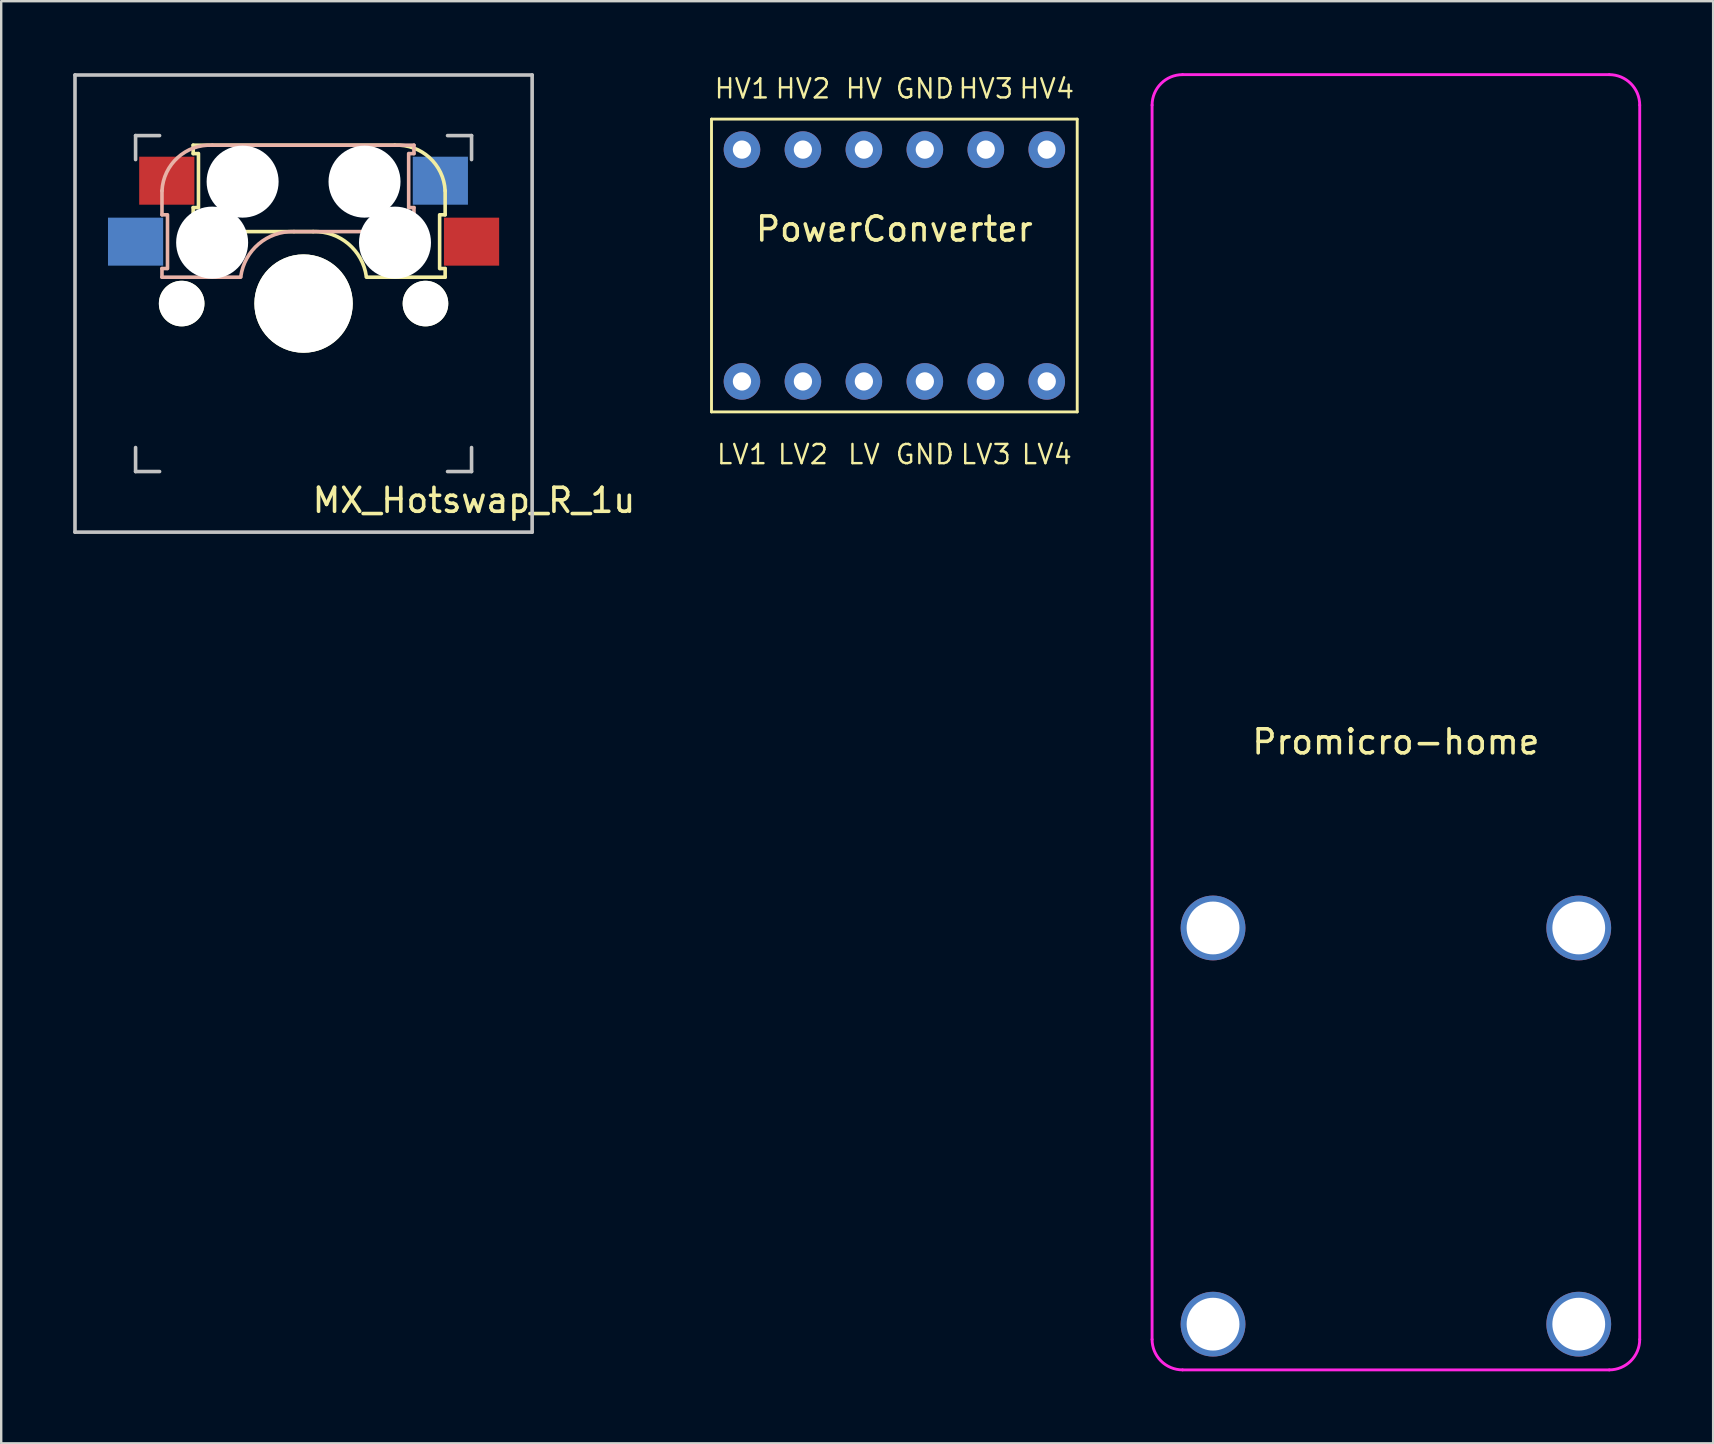
<source format=kicad_pcb>
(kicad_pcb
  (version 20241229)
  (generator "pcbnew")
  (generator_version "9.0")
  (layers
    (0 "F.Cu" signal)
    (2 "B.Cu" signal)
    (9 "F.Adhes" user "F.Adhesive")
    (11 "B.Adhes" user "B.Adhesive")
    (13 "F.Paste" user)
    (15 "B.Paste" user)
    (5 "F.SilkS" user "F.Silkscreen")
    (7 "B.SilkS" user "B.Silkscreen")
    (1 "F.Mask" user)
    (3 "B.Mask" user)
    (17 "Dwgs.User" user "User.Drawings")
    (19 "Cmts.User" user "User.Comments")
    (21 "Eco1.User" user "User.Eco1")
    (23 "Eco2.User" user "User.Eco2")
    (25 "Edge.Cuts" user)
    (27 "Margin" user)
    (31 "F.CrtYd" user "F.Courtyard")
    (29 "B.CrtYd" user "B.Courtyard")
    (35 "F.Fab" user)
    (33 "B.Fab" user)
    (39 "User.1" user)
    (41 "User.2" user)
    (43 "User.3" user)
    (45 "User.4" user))
  (footprint "Promicro-home"
    (layer "F.Cu")
    (at 55.119 27.365)
    (property "Reference" "Promicro-home" (at 0 0.5 0) (layer "F.SilkS") (effects (font (size 1 1) (thickness 0.15))))
    (attr through_hole)
    (fp_line (start -10.16 -26.035) (end -10.16 25.4) (stroke (width 0.12) (type solid)) (layer "F.CrtYd"))
    (fp_line (start -8.89 -27.305) (end 8.89 -27.305) (stroke (width 0.12) (type solid)) (layer "F.CrtYd"))
    (fp_line (start -8.89 26.67) (end 8.89 26.67) (stroke (width 0.12) (type solid)) (layer "F.CrtYd"))
    (fp_line (start 10.16 -26.035) (end 10.16 25.4) (stroke (width 0.12) (type solid)) (layer "F.CrtYd"))
    (fp_arc (start -10.16 -26.035) (mid -9.788026 -26.933026) (end -8.89 -27.305) (stroke (width 0.12) (type solid)) (layer "F.CrtYd"))
    (fp_arc (start -8.89 26.67) (mid -9.788026 26.298026) (end -10.16 25.4) (stroke (width 0.12) (type solid)) (layer "F.CrtYd"))
    (fp_arc (start 8.89 -27.305) (mid 9.788026 -26.933026) (end 10.16 -26.035) (stroke (width 0.12) (type solid)) (layer "F.CrtYd"))
    (fp_arc (start 10.16 25.4) (mid 9.788026 26.298026) (end 8.89 26.67) (stroke (width 0.12) (type solid)) (layer "F.CrtYd"))
    (pad "1" thru_hole circle (at -7.62 8.255) (size 2.7 2.7) (drill 2.2) (layers "*.Cu" "*.Mask"))
    (pad "1" thru_hole circle (at -7.62 24.765) (size 2.7 2.7) (drill 2.2) (layers "*.Cu" "*.Mask"))
    (pad "1" thru_hole circle (at 7.62 8.255) (size 2.7 2.7) (drill 2.2) (layers "*.Cu" "*.Mask"))
    (pad "1" thru_hole circle (at 7.62 24.765) (size 2.7 2.7) (drill 2.2) (layers "*.Cu" "*.Mask")))
  (footprint "MX_Hotswap_R_1u"
    (layer "F.Cu")
    (at 9.6 9.6)
    (property "Reference" "MX_Hotswap_R_1u" (at 7.1 8.2 0) (layer "F.SilkS") (effects (font (size 1 1) (thickness 0.15))))
    (attr through_hole)
    (fp_line (start -4.6 -6.6) (end 3.8 -6.6) (stroke (width 0.15) (type solid)) (layer "F.SilkS"))
    (fp_line (start -4.6 -6.25) (end -4.6 -6.6) (stroke (width 0.15) (type solid)) (layer "F.SilkS"))
    (fp_line (start -4.6 -4) (end -4.4 -4) (stroke (width 0.15) (type solid)) (layer "F.SilkS"))
    (fp_line (start -4.6 -3) (end -4.6 -4) (stroke (width 0.15) (type solid)) (layer "F.SilkS"))
    (fp_line (start -4.4 -6.25) (end -4.6 -6.25) (stroke (width 0.15) (type solid)) (layer "F.SilkS"))
    (fp_line (start -4.38 -4) (end -4.38 -6.25) (stroke (width 0.15) (type solid)) (layer "F.SilkS"))
    (fp_line (start 0.4 -3) (end -4.6 -3) (stroke (width 0.15) (type solid)) (layer "F.SilkS"))
    (fp_line (start 5.67 -3.7) (end 5.67 -1.46) (stroke (width 0.15) (type solid)) (layer "F.SilkS"))
    (fp_line (start 5.7 -1.46) (end 5.9 -1.46) (stroke (width 0.15) (type solid)) (layer "F.SilkS"))
    (fp_line (start 5.9 -4.7) (end 5.9 -3.7) (stroke (width 0.15) (type solid)) (layer "F.SilkS"))
    (fp_line (start 5.9 -3.7) (end 5.7 -3.7) (stroke (width 0.15) (type solid)) (layer "F.SilkS"))
    (fp_line (start 5.9 -1.1) (end 2.62 -1.1) (stroke (width 0.15) (type solid)) (layer "F.SilkS"))
    (fp_line (start 5.9 -1.1) (end 5.9 -1.46) (stroke (width 0.15) (type solid)) (layer "F.SilkS"))
    (fp_arc (start 0.4 -3) (mid 1.868709 -2.486118) (end 2.616318 -1.121471) (stroke (width 0.15) (type solid)) (layer "F.SilkS"))
    (fp_arc (start 3.8 -6.600001) (mid 5.243504 -6.084925) (end 5.900001 -4.7) (stroke (width 0.15) (type solid)) (layer "F.SilkS"))
    (fp_line (start -5.9 -4.7) (end -5.9 -3.7) (stroke (width 0.15) (type solid)) (layer "B.SilkS"))
    (fp_line (start -5.9 -3.7) (end -5.7 -3.7) (stroke (width 0.15) (type solid)) (layer "B.SilkS"))
    (fp_line (start -5.9 -1.1) (end -5.9 -1.46) (stroke (width 0.15) (type solid)) (layer "B.SilkS"))
    (fp_line (start -5.9 -1.1) (end -2.62 -1.1) (stroke (width 0.15) (type solid)) (layer "B.SilkS"))
    (fp_line (start -5.7 -1.46) (end -5.9 -1.46) (stroke (width 0.15) (type solid)) (layer "B.SilkS"))
    (fp_line (start -5.67 -3.7) (end -5.67 -1.46) (stroke (width 0.15) (type solid)) (layer "B.SilkS"))
    (fp_line (start -0.4 -3) (end 4.6 -3) (stroke (width 0.15) (type solid)) (layer "B.SilkS"))
    (fp_line (start 4.38 -4) (end 4.38 -6.25) (stroke (width 0.15) (type solid)) (layer "B.SilkS"))
    (fp_line (start 4.4 -6.25) (end 4.6 -6.25) (stroke (width 0.15) (type solid)) (layer "B.SilkS"))
    (fp_line (start 4.6 -6.6) (end -3.8 -6.6) (stroke (width 0.15) (type solid)) (layer "B.SilkS"))
    (fp_line (start 4.6 -6.25) (end 4.6 -6.6) (stroke (width 0.15) (type solid)) (layer "B.SilkS"))
    (fp_line (start 4.6 -4) (end 4.4 -4) (stroke (width 0.15) (type solid)) (layer "B.SilkS"))
    (fp_line (start 4.6 -3) (end 4.6 -4) (stroke (width 0.15) (type solid)) (layer "B.SilkS"))
    (fp_arc (start -5.9 -4.699999) (mid -5.243504 -6.084924) (end -3.800001 -6.6) (stroke (width 0.15) (type solid)) (layer "B.SilkS"))
    (fp_arc (start -2.616318 -1.121471) (mid -1.868709 -2.486118) (end -0.4 -3) (stroke (width 0.15) (type solid)) (layer "B.SilkS"))
    (fp_line (start -9.525 -9.525) (end 9.525 -9.525) (stroke (width 0.15) (type solid)) (layer "Dwgs.User"))
    (fp_line (start -9.525 9.525) (end -9.525 -9.525) (stroke (width 0.15) (type solid)) (layer "Dwgs.User"))
    (fp_line (start -7 -7) (end -6 -7) (stroke (width 0.15) (type solid)) (layer "Dwgs.User"))
    (fp_line (start -7 -6) (end -7 -7) (stroke (width 0.15) (type solid)) (layer "Dwgs.User"))
    (fp_line (start -7 6) (end -7 7) (stroke (width 0.15) (type solid)) (layer "Dwgs.User"))
    (fp_line (start -7 7) (end -6 7) (stroke (width 0.15) (type solid)) (layer "Dwgs.User"))
    (fp_line (start 6 7) (end 7 7) (stroke (width 0.15) (type solid)) (layer "Dwgs.User"))
    (fp_line (start 7 -7) (end 6 -7) (stroke (width 0.15) (type solid)) (layer "Dwgs.User"))
    (fp_line (start 7 -7) (end 7 -6) (stroke (width 0.15) (type solid)) (layer "Dwgs.User"))
    (fp_line (start 7 7) (end 7 6) (stroke (width 0.15) (type solid)) (layer "Dwgs.User"))
    (fp_line (start 9.525 -9.525) (end 9.525 9.525) (stroke (width 0.15) (type solid)) (layer "Dwgs.User"))
    (fp_line (start 9.525 9.525) (end -9.525 9.525) (stroke (width 0.15) (type solid)) (layer "Dwgs.User"))
    (pad "" np_thru_hole circle (at -5.08 0) (size 1.9 1.9) (drill 1.9) (layers "*.Cu" "*.Mask" "F.SilkS"))
    (pad "" np_thru_hole circle (at -3.81 -2.54 180) (size 3 3) (drill 3) (layers "*.Cu" "*.Mask"))
    (pad "" np_thru_hole circle (at -2.54 -5.08 180) (size 3 3) (drill 3) (layers "*.Cu" "*.Mask"))
    (pad "" np_thru_hole circle (at 0 0 90) (size 4.1 4.1) (drill 4.1) (layers "*.Cu" "*.Mask" "F.SilkS"))
    (pad "" np_thru_hole circle (at 2.54 -5.08 180) (size 3 3) (drill 3) (layers "*.Cu" "*.Mask"))
    (pad "" np_thru_hole circle (at 3.81 -2.54 180) (size 3 3) (drill 3) (layers "*.Cu" "*.Mask"))
    (pad "" np_thru_hole circle (at 5.08 0) (size 1.9 1.9) (drill 1.9) (layers "*.Cu" "*.Mask" "F.SilkS"))
    (pad "1" smd rect (at -7 -2.58 180) (size 2.3 2) (layers "B.Cu" "B.Mask" "B.Paste"))
    (pad "1" smd rect (at 7 -2.58 180) (size 2.3 2) (layers "F.Cu" "F.Mask" "F.Paste"))
    (pad "2" smd rect (at -5.7 -5.12 180) (size 2.3 2) (layers "F.Cu" "F.Mask" "F.Paste"))
    (pad "2" smd rect (at 5.7 -5.12 180) (size 2.3 2) (layers "B.Cu" "B.Mask" "B.Paste")))
  (footprint "PowerConverter"
    (layer "F.Cu")
    (at 34.219 8.264)
    (property "Reference" "PowerConverter" (at 0 -1.77 0) (unlocked yes) (layer "F.SilkS") (effects (font (size 1 1) (thickness 0.15))))
    (attr through_hole)
    (fp_line (start -7.62 -6.35) (end -7.62 5.85) (stroke (width 0.12) (type solid)) (layer "F.SilkS"))
    (fp_line (start -7.62 5.85) (end 7.62 5.85) (stroke (width 0.12) (type solid)) (layer "F.SilkS"))
    (fp_line (start 7.62 -6.35) (end -7.62 -6.35) (stroke (width 0.12) (type solid)) (layer "F.SilkS"))
    (fp_line (start 7.62 5.85) (end 7.62 -6.35) (stroke (width 0.12) (type solid)) (layer "F.SilkS"))
    (fp_text user "LV2" (at -3.81 7.62 0) (unlocked yes) (layer "F.SilkS") (effects (font (size 0.8 0.8) (thickness 0.1))))
    (fp_text user "HV3" (at 3.81 -7.62 0) (unlocked yes) (layer "F.SilkS") (effects (font (size 0.8 0.8) (thickness 0.1))))
    (fp_text user "GND" (at 1.27 7.62 0) (unlocked yes) (layer "F.SilkS") (effects (font (size 0.8 0.8) (thickness 0.1))))
    (fp_text user "LV3" (at 3.81 7.62 0) (unlocked yes) (layer "F.SilkS") (effects (font (size 0.8 0.8) (thickness 0.1))))
    (fp_text user "GND" (at 1.27 -7.62 0) (unlocked yes) (layer "F.SilkS") (effects (font (size 0.8 0.8) (thickness 0.1))))
    (fp_text user "LV1" (at -6.35 7.62 0) (unlocked yes) (layer "F.SilkS") (effects (font (size 0.8 0.8) (thickness 0.1))))
    (fp_text user "HV" (at -1.27 -7.62 0) (unlocked yes) (layer "F.SilkS") (effects (font (size 0.8 0.8) (thickness 0.1))))
    (fp_text user "HV1" (at -6.35 -7.62 0) (unlocked yes) (layer "F.SilkS") (effects (font (size 0.8 0.8) (thickness 0.1))))
    (fp_text user "HV4" (at 6.35 -7.62 0) (unlocked yes) (layer "F.SilkS") (effects (font (size 0.8 0.8) (thickness 0.1))))
    (fp_text user "HV2" (at -3.81 -7.62 0) (unlocked yes) (layer "F.SilkS") (effects (font (size 0.8 0.8) (thickness 0.1))))
    (fp_text user "LV" (at -1.27 7.62 0) (unlocked yes) (layer "F.SilkS") (effects (font (size 0.8 0.8) (thickness 0.1))))
    (fp_text user "LV4" (at 6.35 7.62 0) (unlocked yes) (layer "F.SilkS") (effects (font (size 0.8 0.8) (thickness 0.1))))
    (pad "1" thru_hole circle (at -6.35 -5.08) (size 1.524 1.524) (drill 0.762) (layers "*.Cu" "*.Mask"))
    (pad "2" thru_hole circle (at -3.81 -5.08) (size 1.524 1.524) (drill 0.762) (layers "*.Cu" "*.Mask"))
    (pad "3" thru_hole circle (at -1.27 -5.08) (size 1.524 1.524) (drill 0.762) (layers "*.Cu" "*.Mask"))
    (pad "4" thru_hole circle (at 1.27 -5.08) (size 1.524 1.524) (drill 0.762) (layers "*.Cu" "*.Mask"))
    (pad "5" thru_hole circle (at 3.81 -5.08) (size 1.524 1.524) (drill 0.762) (layers "*.Cu" "*.Mask"))
    (pad "6" thru_hole circle (at 6.35 -5.08) (size 1.524 1.524) (drill 0.762) (layers "*.Cu" "*.Mask"))
    (pad "7" thru_hole circle (at -6.35 4.58) (size 1.524 1.524) (drill 0.762) (layers "*.Cu" "*.Mask"))
    (pad "8" thru_hole circle (at -3.81 4.58) (size 1.524 1.524) (drill 0.762) (layers "*.Cu" "*.Mask"))
    (pad "9" thru_hole circle (at -1.27 4.58) (size 1.524 1.524) (drill 0.762) (layers "*.Cu" "*.Mask"))
    (pad "10" thru_hole circle (at 1.27 4.58) (size 1.524 1.524) (drill 0.762) (layers "*.Cu" "*.Mask"))
    (pad "11" thru_hole circle (at 3.81 4.58 270) (size 1.524 1.524) (drill 0.762) (layers "*.Cu" "*.Mask"))
    (pad "12" thru_hole circle (at 6.35 4.58 270) (size 1.524 1.524) (drill 0.762) (layers "*.Cu" "*.Mask")))
  (gr_rect
    (start -3 -3)
    (end 68.339 57.095)
    (stroke (width 0.1) (type default))
    (fill no)
    (layer "Edge.Cuts")))
</source>
